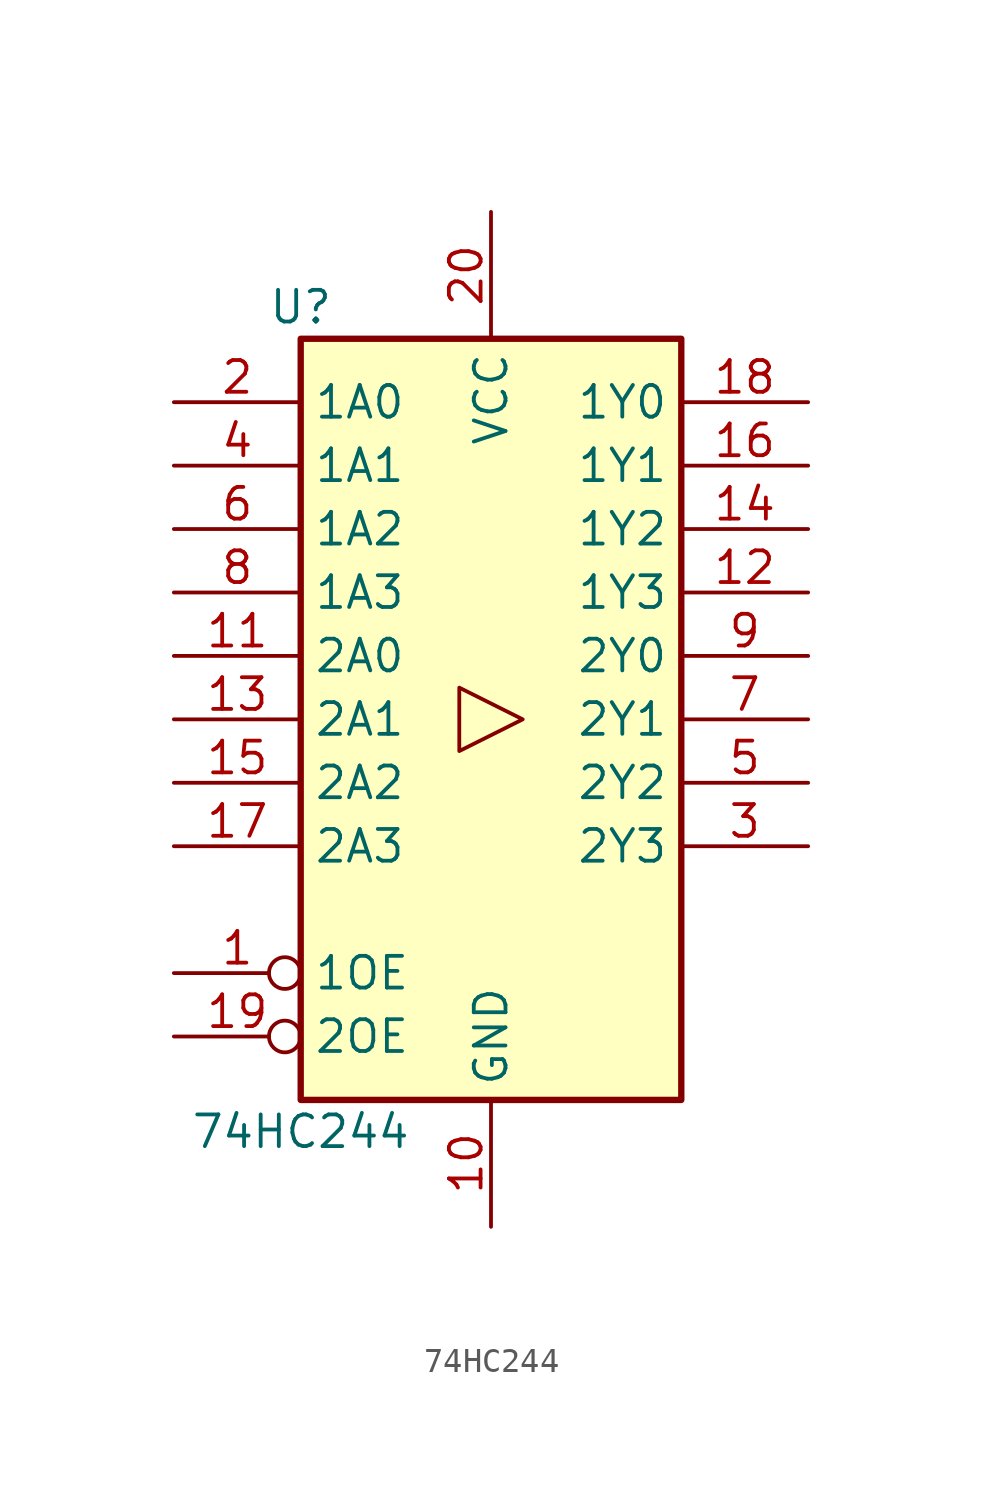
<source format=kicad_sym>
(kicad_symbol_lib
  (version 20220914)
  (generator kicad_symbol_editor)
  (symbol "74HC244"
    (property "Reference" "U"
      (at -7.62 16.51 0)
      (effects (font (size 1.27 1.27))))
    (property "Value" "74HC244"
      (at -7.62 -16.51 0)
      (effects (font (size 1.27 1.27))))
    (symbol "74HC244_1_0"
      (polyline (pts (xy 1.27 0) (xy -1.27 1.27) (xy -1.27 -1.27) (xy 1.27 0)) (stroke (width 0.152) (type default)) (fill (type none)))
      (pin input inverted (at -12.7 -10.16 0) (length 5.08) (name "1OE" (effects (font (size 1.27 1.27)))) (number "1" (effects (font (size 1.27 1.27)))))
      (pin power_in line (at 0 -20.32 90) (length 5.08) (name "GND" (effects (font (size 1.27 1.27)))) (number "10" (effects (font (size 1.27 1.27)))))
      (pin input line (at -12.7 2.54 0) (length 5.08) (name "2A0" (effects (font (size 1.27 1.27)))) (number "11" (effects (font (size 1.27 1.27)))))
      (pin tri_state line (at 12.7 5.08 180) (length 5.08) (name "1Y3" (effects (font (size 1.27 1.27)))) (number "12" (effects (font (size 1.27 1.27)))))
      (pin input line (at -12.7 0 0) (length 5.08) (name "2A1" (effects (font (size 1.27 1.27)))) (number "13" (effects (font (size 1.27 1.27)))))
      (pin tri_state line (at 12.7 7.62 180) (length 5.08) (name "1Y2" (effects (font (size 1.27 1.27)))) (number "14" (effects (font (size 1.27 1.27)))))
      (pin input line (at -12.7 -2.54 0) (length 5.08) (name "2A2" (effects (font (size 1.27 1.27)))) (number "15" (effects (font (size 1.27 1.27)))))
      (pin tri_state line (at 12.7 10.16 180) (length 5.08) (name "1Y1" (effects (font (size 1.27 1.27)))) (number "16" (effects (font (size 1.27 1.27)))))
      (pin input line (at -12.7 -5.08 0) (length 5.08) (name "2A3" (effects (font (size 1.27 1.27)))) (number "17" (effects (font (size 1.27 1.27)))))
      (pin tri_state line (at 12.7 12.7 180) (length 5.08) (name "1Y0" (effects (font (size 1.27 1.27)))) (number "18" (effects (font (size 1.27 1.27)))))
      (pin input inverted (at -12.7 -12.7 0) (length 5.08) (name "2OE" (effects (font (size 1.27 1.27)))) (number "19" (effects (font (size 1.27 1.27)))))
      (pin input line (at -12.7 12.7 0) (length 5.08) (name "1A0" (effects (font (size 1.27 1.27)))) (number "2" (effects (font (size 1.27 1.27)))))
      (pin power_in line (at 0 20.32 270) (length 5.08) (name "VCC" (effects (font (size 1.27 1.27)))) (number "20" (effects (font (size 1.27 1.27)))))
      (pin tri_state line (at 12.7 -5.08 180) (length 5.08) (name "2Y3" (effects (font (size 1.27 1.27)))) (number "3" (effects (font (size 1.27 1.27)))))
      (pin input line (at -12.7 10.16 0) (length 5.08) (name "1A1" (effects (font (size 1.27 1.27)))) (number "4" (effects (font (size 1.27 1.27)))))
      (pin tri_state line (at 12.7 -2.54 180) (length 5.08) (name "2Y2" (effects (font (size 1.27 1.27)))) (number "5" (effects (font (size 1.27 1.27)))))
      (pin input line (at -12.7 7.62 0) (length 5.08) (name "1A2" (effects (font (size 1.27 1.27)))) (number "6" (effects (font (size 1.27 1.27)))))
      (pin tri_state line (at 12.7 0 180) (length 5.08) (name "2Y1" (effects (font (size 1.27 1.27)))) (number "7" (effects (font (size 1.27 1.27)))))
      (pin input line (at -12.7 5.08 0) (length 5.08) (name "1A3" (effects (font (size 1.27 1.27)))) (number "8" (effects (font (size 1.27 1.27)))))
      (pin tri_state line (at 12.7 2.54 180) (length 5.08) (name "2Y0" (effects (font (size 1.27 1.27)))) (number "9" (effects (font (size 1.27 1.27))))))
    (symbol "74HC244_1_1"
      (rectangle (start -7.62 15.24) (end 7.62 -15.24) (stroke (width 0.254) (type default)) (fill (type background))))))
</source>
